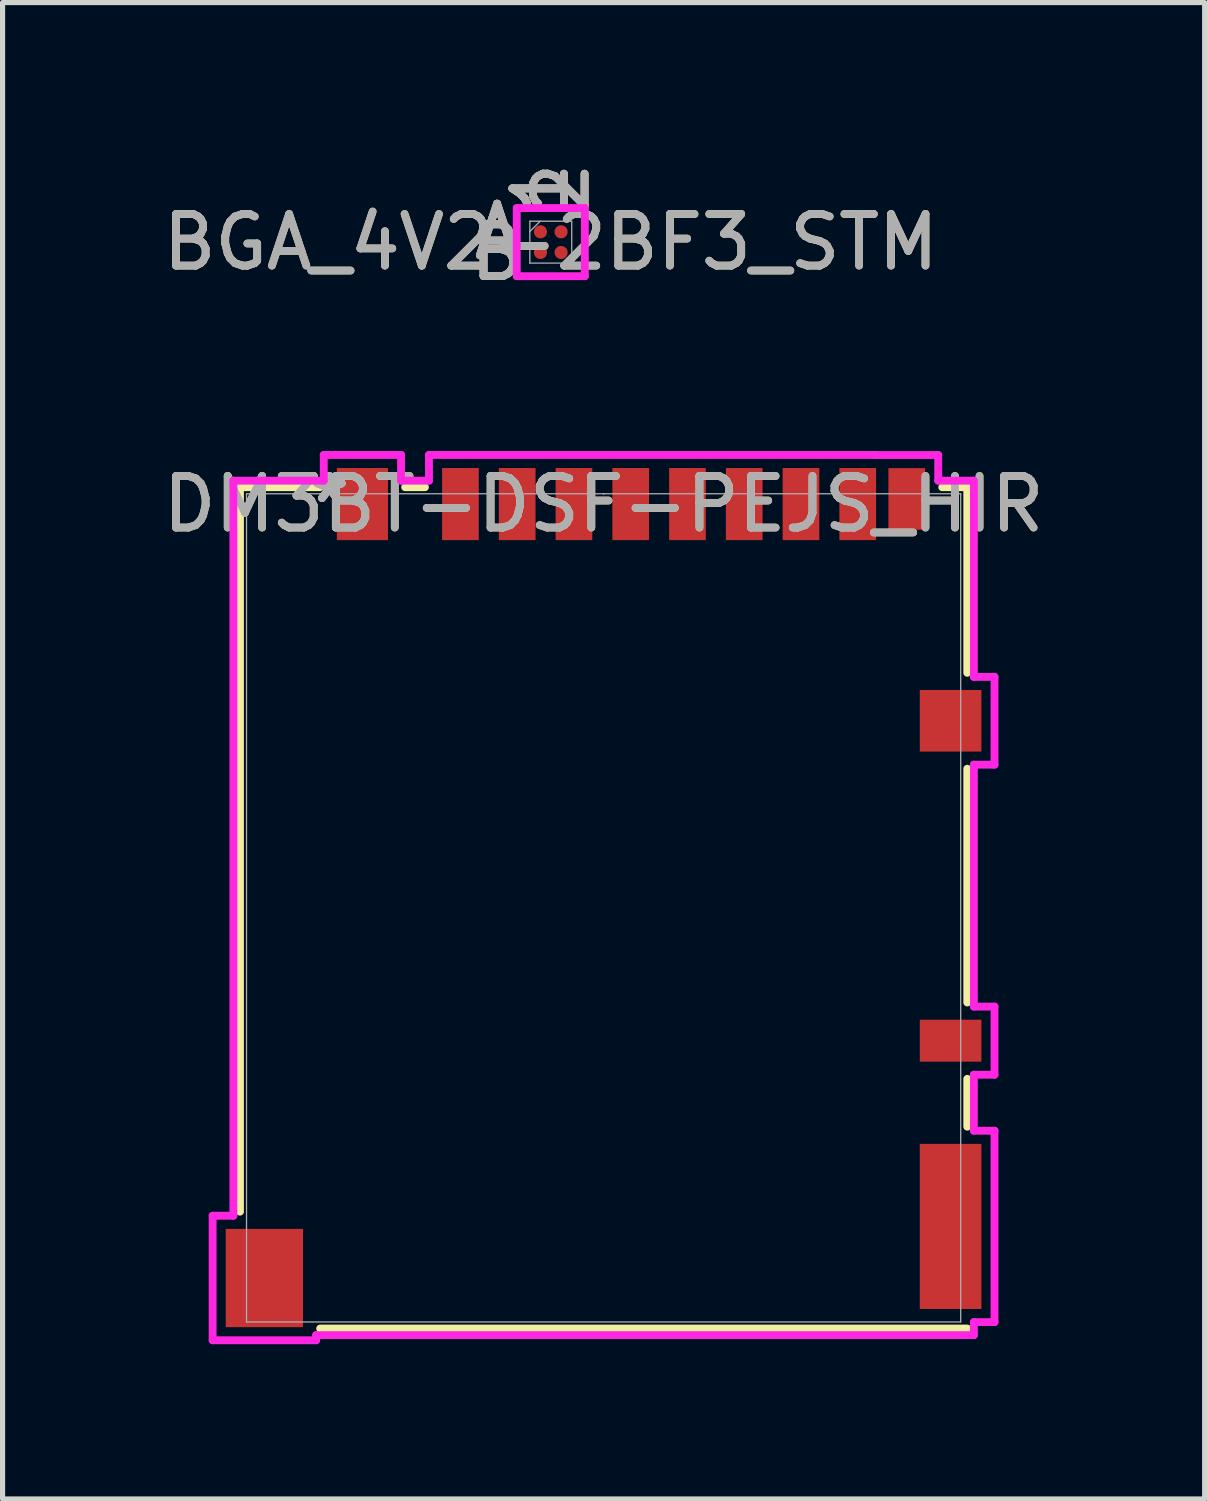
<source format=kicad_pcb>
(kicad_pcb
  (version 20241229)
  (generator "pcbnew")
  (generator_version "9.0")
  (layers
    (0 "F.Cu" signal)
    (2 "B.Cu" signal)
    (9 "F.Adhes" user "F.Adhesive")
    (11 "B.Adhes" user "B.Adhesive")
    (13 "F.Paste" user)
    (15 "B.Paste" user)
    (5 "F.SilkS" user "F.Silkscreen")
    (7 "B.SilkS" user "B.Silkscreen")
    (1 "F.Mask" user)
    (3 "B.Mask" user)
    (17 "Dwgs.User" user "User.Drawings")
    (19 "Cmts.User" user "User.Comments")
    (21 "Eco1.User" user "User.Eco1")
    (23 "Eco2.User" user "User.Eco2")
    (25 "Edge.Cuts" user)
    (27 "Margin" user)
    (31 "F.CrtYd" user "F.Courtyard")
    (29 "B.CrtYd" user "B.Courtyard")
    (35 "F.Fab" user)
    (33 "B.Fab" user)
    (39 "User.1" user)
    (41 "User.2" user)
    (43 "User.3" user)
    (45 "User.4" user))
  (footprint "BGA_4V2-2BF3_STM"
    (layer "F.Cu")
    (at 7.625 1.643)
    (property "Reference" "BGA_4V2-2BF3_STM" (at 0 0 0) (unlocked yes) (layer "F.SilkS") (effects (font (size 1 1) (thickness 0.15))))
    (attr smd)
    (fp_poly (pts (xy -0.845 -0.845) (xy 0.845 -0.845) (xy 0.845 0.845) (xy -0.845 0.845)) (stroke (width 0.1) (type solid)) (fill no) (layer "Eco2.User"))
    (fp_line (start -0.66 -0.66) (end 0.66 -0.66) (stroke (width 0.152) (type solid)) (layer "F.CrtYd"))
    (fp_line (start -0.66 0.66) (end -0.66 -0.66) (stroke (width 0.152) (type solid)) (layer "F.CrtYd"))
    (fp_line (start 0.66 -0.66) (end 0.66 0.66) (stroke (width 0.152) (type solid)) (layer "F.CrtYd"))
    (fp_line (start 0.66 0.66) (end -0.66 0.66) (stroke (width 0.152) (type solid)) (layer "F.CrtYd"))
    (fp_line (start -0.406 -0.406) (end -0.406 0.406) (stroke (width 0.025) (type solid)) (layer "F.Fab"))
    (fp_line (start -0.406 0.406) (end 0.406 0.406) (stroke (width 0.025) (type solid)) (layer "F.Fab"))
    (fp_line (start -0.206 -0.406) (end -0.406 -0.206) (stroke (width 0.025) (type solid)) (layer "F.Fab"))
    (fp_line (start 0.406 -0.406) (end -0.406 -0.406) (stroke (width 0.025) (type solid)) (layer "F.Fab"))
    (fp_line (start 0.406 0.406) (end 0.406 -0.406) (stroke (width 0.025) (type solid)) (layer "F.Fab"))
    (fp_text user "1" (at -0.2 -1.041 90) (unlocked yes) (layer "F.SilkS") (effects (font (size 1 1) (thickness 0.15))))
    (fp_text user "B" (at -1.041 0.2 0) (unlocked yes) (layer "F.SilkS") (effects (font (size 1 1) (thickness 0.15))))
    (fp_text user "2" (at 0.2 -1.041 90) (unlocked yes) (layer "F.SilkS") (effects (font (size 1 1) (thickness 0.15))))
    (fp_text user "A" (at -1.041 -0.2 0) (unlocked yes) (layer "F.SilkS") (effects (font (size 1 1) (thickness 0.15))))
    (fp_text user "2" (at 0.2 -1.041 90) (unlocked yes) (layer "B.SilkS") (effects (font (size 1 1) (thickness 0.15))))
    (fp_text user "B" (at -1.041 0.2 0) (unlocked yes) (layer "B.SilkS") (effects (font (size 1 1) (thickness 0.15))))
    (fp_text user "1" (at -0.2 -1.041 90) (unlocked yes) (layer "B.SilkS") (effects (font (size 1 1) (thickness 0.15))))
    (fp_text user "A" (at -1.041 -0.2 0) (unlocked yes) (layer "B.SilkS") (effects (font (size 1 1) (thickness 0.15))))
    (fp_text user "B" (at -1.041 0.2 0) (unlocked yes) (layer "F.Fab") (effects (font (size 1 1) (thickness 0.15))))
    (fp_text user "${REFERENCE}" (at 0 0 0) (unlocked yes) (layer "F.Fab") (effects (font (size 1 1) (thickness 0.15))))
    (fp_text user "1" (at -0.2 -1.041 90) (unlocked yes) (layer "F.Fab") (effects (font (size 1 1) (thickness 0.15))))
    (fp_text user "2" (at 0.2 -1.041 90) (unlocked yes) (layer "F.Fab") (effects (font (size 1 1) (thickness 0.15))))
    (fp_text user "A" (at -1.041 -0.2 0) (unlocked yes) (layer "F.Fab") (effects (font (size 1 1) (thickness 0.15))))
    (pad "A1" smd circle (at -0.2 -0.2) (size 0.254 0.254) (layers "F.Cu" "F.Mask" "F.Paste"))
    (pad "A2" smd circle (at 0.2 -0.2) (size 0.254 0.254) (layers "F.Cu" "F.Mask" "F.Paste"))
    (pad "B1" smd circle (at -0.2 0.2) (size 0.254 0.254) (layers "F.Cu" "F.Mask" "F.Paste"))
    (pad "B2" smd circle (at 0.2 0.2) (size 0.254 0.254) (layers "F.Cu" "F.Mask" "F.Paste")))
  (footprint "DM3BT-DSF-PEJS_HIR"
    (layer "F.Cu")
    (at 8.649 14.546)
    (property "Reference" "DM3BT-DSF-PEJS_HIR" (at 0 -7.826 0) (unlocked yes) (layer "F.SilkS") (effects (font (size 1 1) (thickness 0.15))))
    (attr smd)
    (fp_line (start -7.048 -8.153) (end -7.048 5.888) (stroke (width 0.152) (type solid)) (layer "F.SilkS"))
    (fp_line (start -5.503 -8.153) (end -7.048 -8.153) (stroke (width 0.152) (type solid)) (layer "F.SilkS"))
    (fp_line (start -5.494 8.153) (end 7.048 8.153) (stroke (width 0.152) (type solid)) (layer "F.SilkS"))
    (fp_line (start -3.463 -8.153) (end -3.847 -8.153) (stroke (width 0.152) (type solid)) (layer "F.SilkS"))
    (fp_line (start 7.048 -8.153) (end 6.563 -8.153) (stroke (width 0.152) (type solid)) (layer "F.SilkS"))
    (fp_line (start 7.048 -4.556) (end 7.048 -8.153) (stroke (width 0.152) (type solid)) (layer "F.SilkS"))
    (fp_line (start 7.048 1.834) (end 7.048 -2.697) (stroke (width 0.152) (type solid)) (layer "F.SilkS"))
    (fp_line (start 7.048 4.241) (end 7.048 3.313) (stroke (width 0.152) (type solid)) (layer "F.SilkS"))
    (fp_line (start -7.578 5.967) (end -7.578 8.38) (stroke (width 0.152) (type solid)) (layer "F.CrtYd"))
    (fp_line (start -7.578 8.38) (end -5.572 8.38) (stroke (width 0.152) (type solid)) (layer "F.CrtYd"))
    (fp_line (start -7.176 -8.28) (end -7.176 5.967) (stroke (width 0.152) (type solid)) (layer "F.CrtYd"))
    (fp_line (start -7.176 5.967) (end -7.578 5.967) (stroke (width 0.152) (type solid)) (layer "F.CrtYd"))
    (fp_line (start -5.572 8.28) (end 7.176 8.28) (stroke (width 0.152) (type solid)) (layer "F.CrtYd"))
    (fp_line (start -5.572 8.38) (end -5.572 8.28) (stroke (width 0.152) (type solid)) (layer "F.CrtYd"))
    (fp_line (start -5.424 -8.779) (end -5.424 -8.28) (stroke (width 0.152) (type solid)) (layer "F.CrtYd"))
    (fp_line (start -5.424 -8.28) (end -7.176 -8.28) (stroke (width 0.152) (type solid)) (layer "F.CrtYd"))
    (fp_line (start -3.926 -8.779) (end -5.424 -8.779) (stroke (width 0.152) (type solid)) (layer "F.CrtYd"))
    (fp_line (start -3.926 -8.28) (end -3.926 -8.779) (stroke (width 0.152) (type solid)) (layer "F.CrtYd"))
    (fp_line (start -3.385 -8.779) (end -3.385 -8.28) (stroke (width 0.152) (type solid)) (layer "F.CrtYd"))
    (fp_line (start -3.385 -8.28) (end -3.926 -8.28) (stroke (width 0.152) (type solid)) (layer "F.CrtYd"))
    (fp_line (start 5.265 -8.779) (end -3.385 -8.779) (stroke (width 0.152) (type solid)) (layer "F.CrtYd"))
    (fp_line (start 5.265 -8.777) (end 5.265 -8.779) (stroke (width 0.152) (type solid)) (layer "F.CrtYd"))
    (fp_line (start 6.485 -8.777) (end 5.265 -8.777) (stroke (width 0.152) (type solid)) (layer "F.CrtYd"))
    (fp_line (start 6.485 -8.28) (end 6.485 -8.777) (stroke (width 0.152) (type solid)) (layer "F.CrtYd"))
    (fp_line (start 7.176 -8.28) (end 6.485 -8.28) (stroke (width 0.152) (type solid)) (layer "F.CrtYd"))
    (fp_line (start 7.176 -4.477) (end 7.176 -8.28) (stroke (width 0.152) (type solid)) (layer "F.CrtYd"))
    (fp_line (start 7.176 -2.776) (end 7.576 -2.776) (stroke (width 0.152) (type solid)) (layer "F.CrtYd"))
    (fp_line (start 7.176 1.913) (end 7.176 -2.776) (stroke (width 0.152) (type solid)) (layer "F.CrtYd"))
    (fp_line (start 7.176 3.234) (end 7.576 3.234) (stroke (width 0.152) (type solid)) (layer "F.CrtYd"))
    (fp_line (start 7.176 4.319) (end 7.176 3.234) (stroke (width 0.152) (type solid)) (layer "F.CrtYd"))
    (fp_line (start 7.176 8.028) (end 7.576 8.028) (stroke (width 0.152) (type solid)) (layer "F.CrtYd"))
    (fp_line (start 7.176 8.28) (end 7.176 8.028) (stroke (width 0.152) (type solid)) (layer "F.CrtYd"))
    (fp_line (start 7.576 -4.477) (end 7.176 -4.477) (stroke (width 0.152) (type solid)) (layer "F.CrtYd"))
    (fp_line (start 7.576 -2.776) (end 7.576 -4.477) (stroke (width 0.152) (type solid)) (layer "F.CrtYd"))
    (fp_line (start 7.576 4.319) (end 7.176 4.319) (stroke (width 0.152) (type solid)) (layer "F.CrtYd"))
    (fp_line (start 7.576 8.028) (end 7.576 4.319) (stroke (width 0.152) (type solid)) (layer "F.CrtYd"))
    (fp_line (start 7.576 1.913) (end 7.176 1.913) (stroke (width 0.152) (type solid)) (layer "F.CrtYd"))
    (fp_line (start 7.576 3.234) (end 7.576 1.913) (stroke (width 0.152) (type solid)) (layer "F.CrtYd"))
    (fp_line (start -6.921 -8.026) (end -6.921 8.026) (stroke (width 0.025) (type solid)) (layer "F.Fab"))
    (fp_line (start -6.921 8.026) (end 6.921 8.026) (stroke (width 0.025) (type solid)) (layer "F.Fab"))
    (fp_line (start 0 -8.026) (end 0 -8.026) (stroke (width 0.025) (type solid)) (layer "F.Fab"))
    (fp_line (start 0 -8.026) (end 0 -8.026) (stroke (width 0.025) (type solid)) (layer "F.Fab"))
    (fp_line (start 0 -8.026) (end 0 -8.026) (stroke (width 0.025) (type solid)) (layer "F.Fab"))
    (fp_line (start 0 -8.026) (end 0 -8.026) (stroke (width 0.025) (type solid)) (layer "F.Fab"))
    (fp_line (start 6.921 -8.026) (end -6.921 -8.026) (stroke (width 0.025) (type solid)) (layer "F.Fab"))
    (fp_line (start 6.921 8.026) (end 6.921 -8.026) (stroke (width 0.025) (type solid)) (layer "F.Fab"))
    (fp_text user "*" (at -5.315 -7.826 0) (unlocked yes) (layer "F.SilkS") (effects (font (size 1 1) (thickness 0.15))))
    (fp_text user "*" (at -5.315 -7.826 0) (layer "F.SilkS") (effects (font (size 1 1) (thickness 0.15))))
    (fp_text user "*" (at -5.315 -7.826 0) (unlocked yes) (layer "F.Fab") (effects (font (size 1 1) (thickness 0.15))))
    (fp_text user "*" (at -5.315 -7.826 0) (layer "F.Fab") (effects (font (size 1 1) (thickness 0.15))))
    (fp_text user "${REFERENCE}" (at 0 -7.826 0) (unlocked yes) (layer "F.Fab") (effects (font (size 1 1) (thickness 0.15))))
    (pad "1" smd rect (at -2.775 -7.826) (size 0.711 1.397) (layers "F.Cu" "F.Mask" "F.Paste"))
    (pad "2" smd rect (at -1.675 -7.826) (size 0.711 1.397) (layers "F.Cu" "F.Mask" "F.Paste"))
    (pad "3" smd rect (at -0.575 -7.826) (size 0.711 1.397) (layers "F.Cu" "F.Mask" "F.Paste"))
    (pad "4" smd rect (at 0.525 -7.826) (size 0.711 1.397) (layers "F.Cu" "F.Mask" "F.Paste"))
    (pad "5" smd rect (at 1.625 -7.826) (size 0.711 1.397) (layers "F.Cu" "F.Mask" "F.Paste"))
    (pad "6" smd rect (at 2.725 -7.826) (size 0.711 1.397) (layers "F.Cu" "F.Mask" "F.Paste"))
    (pad "7" smd rect (at 3.825 -7.826) (size 0.711 1.397) (layers "F.Cu" "F.Mask" "F.Paste"))
    (pad "8" smd rect (at 4.925 -7.826) (size 0.711 1.397) (layers "F.Cu" "F.Mask" "F.Paste"))
    (pad "9" smd rect (at 6.725 2.574) (size 1.194 0.813) (layers "F.Cu" "F.Mask" "F.Paste"))
    (pad "10" smd rect (at 5.875 -7.926) (size 0.711 1.194) (layers "F.Cu" "F.Mask" "F.Paste"))
    (pad "11" smd rect (at -4.675 -7.826) (size 0.991 1.397) (layers "F.Cu" "F.Mask" "F.Paste"))
    (pad "12" smd rect (at 6.725 -3.626) (size 1.194 1.194) (layers "F.Cu" "F.Mask" "F.Paste"))
    (pad "13" smd rect (at 6.725 6.174) (size 1.194 3.2) (layers "F.Cu" "F.Mask" "F.Paste"))
    (pad "14" smd rect (at -6.575 7.174) (size 1.499 1.905) (layers "F.Cu" "F.Mask" "F.Paste")))
  (gr_rect
    (start -3 -3)
    (end 20.298 26.002)
    (stroke (width 0.1) (type default))
    (fill no)
    (layer "Edge.Cuts")))
</source>
